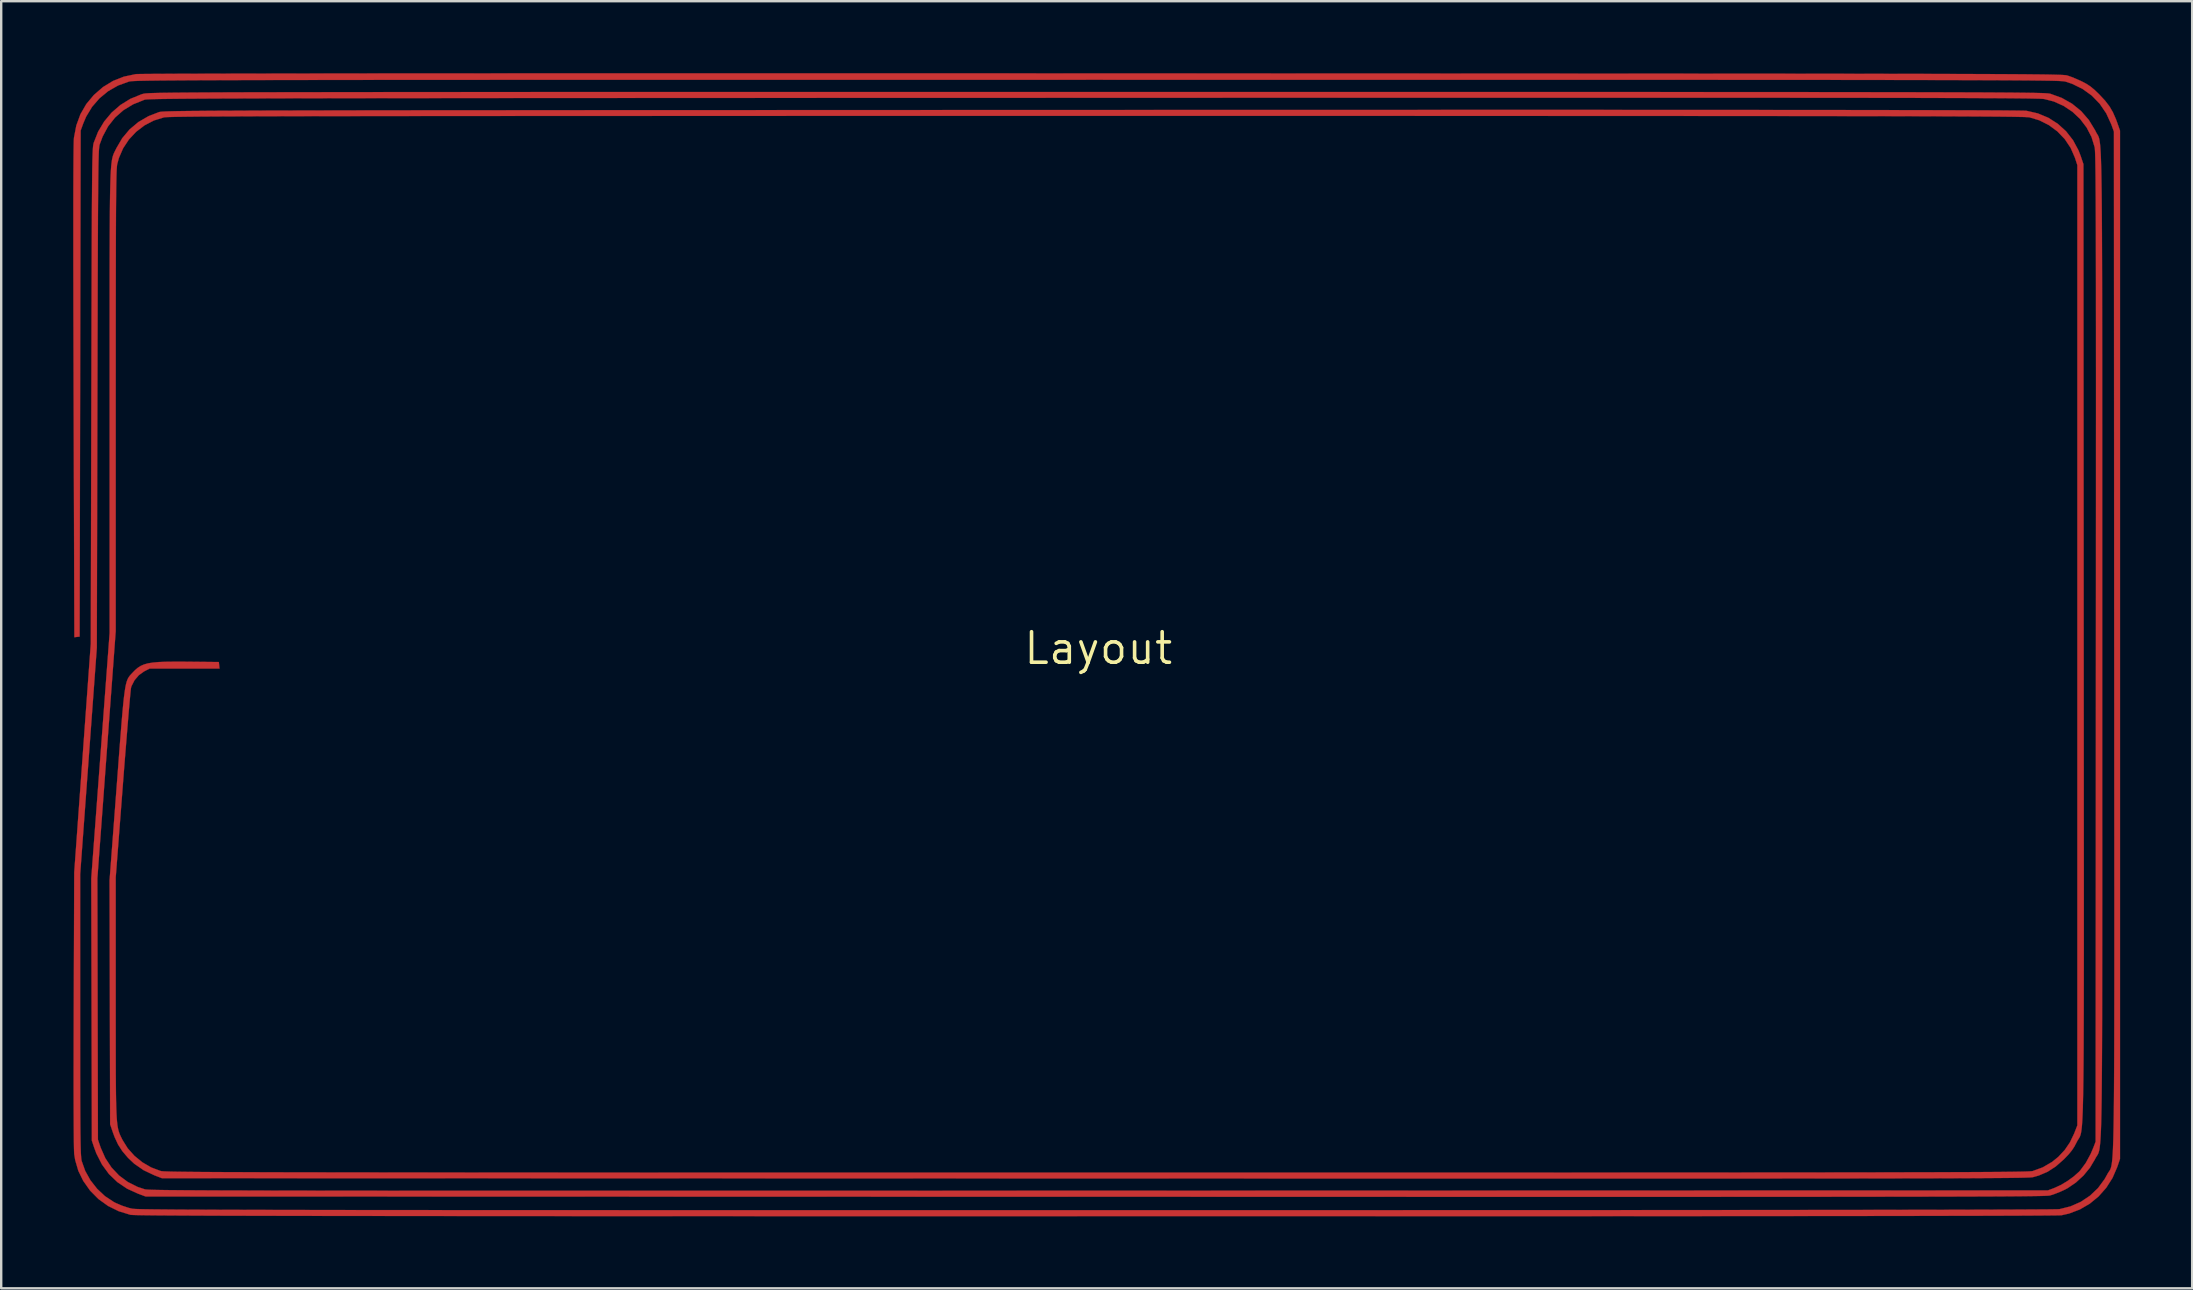
<source format=kicad_pcb>
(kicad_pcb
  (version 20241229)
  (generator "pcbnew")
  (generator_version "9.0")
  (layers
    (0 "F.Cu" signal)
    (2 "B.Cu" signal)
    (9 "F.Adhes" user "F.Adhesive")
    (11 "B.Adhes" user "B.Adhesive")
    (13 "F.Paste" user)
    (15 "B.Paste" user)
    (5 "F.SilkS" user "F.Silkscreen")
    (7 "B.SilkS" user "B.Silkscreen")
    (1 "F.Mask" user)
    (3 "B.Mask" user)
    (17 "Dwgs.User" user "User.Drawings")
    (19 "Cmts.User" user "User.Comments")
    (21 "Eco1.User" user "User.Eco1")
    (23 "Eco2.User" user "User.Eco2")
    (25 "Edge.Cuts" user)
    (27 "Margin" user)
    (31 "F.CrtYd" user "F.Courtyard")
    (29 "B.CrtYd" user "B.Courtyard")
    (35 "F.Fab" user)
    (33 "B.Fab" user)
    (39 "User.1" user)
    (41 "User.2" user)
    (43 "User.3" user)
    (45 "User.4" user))
  (footprint "Layout"
    (layer "F.Cu")
    (at 42.707 23.959)
    (property "Reference" "Layout" (at 0 0 0) (layer "F.SilkS") (effects (font (size 1.27 1.27) (thickness 0.15))))
    (attr through_hole)
    (fp_poly (pts (xy -13.17 -23.954) (xy -10.997 -23.954) (xy -8.741 -23.954) (xy -6.4 -23.953) (xy -3.975 -23.953) (xy -1.467 -23.952) (xy 0.169 -23.952) (xy 2.383 -23.951) (xy 4.513 -23.95) (xy 6.562 -23.95) (xy 8.532 -23.949) (xy 10.422 -23.948) (xy 12.237 -23.948) (xy 13.976 -23.947) (xy 15.641 -23.946) (xy 17.235 -23.946) (xy 18.758 -23.945) (xy 20.213 -23.944) (xy 21.6 -23.944) (xy 22.922 -23.943) (xy 24.181 -23.942) (xy 25.376 -23.941) (xy 26.511 -23.94) (xy 27.587 -23.94) (xy 28.606 -23.939) (xy 29.568 -23.938) (xy 30.476 -23.937) (xy 31.331 -23.936) (xy 32.135 -23.935) (xy 32.89 -23.933) (xy 33.597 -23.932) (xy 34.257 -23.931) (xy 34.872 -23.93) (xy 35.444 -23.928) (xy 35.975 -23.927) (xy 36.466 -23.925) (xy 36.918 -23.923) (xy 37.333 -23.922) (xy 37.714 -23.92) (xy 38.06 -23.918) (xy 38.375 -23.916) (xy 38.659 -23.914) (xy 38.915 -23.911) (xy 39.143 -23.909) (xy 39.345 -23.907) (xy 39.524 -23.904) (xy 39.68 -23.901) (xy 39.815 -23.898) (xy 39.931 -23.895) (xy 40.029 -23.892) (xy 40.111 -23.889) (xy 40.179 -23.886) (xy 40.234 -23.882) (xy 40.278 -23.879) (xy 40.312 -23.875) (xy 40.338 -23.871) (xy 40.357 -23.867) (xy 40.365 -23.865) (xy 40.523 -23.811) (xy 40.721 -23.731) (xy 40.922 -23.642) (xy 40.979 -23.615) (xy 41.167 -23.516) (xy 41.329 -23.41) (xy 41.489 -23.279) (xy 41.674 -23.103) (xy 41.701 -23.076) (xy 41.94 -22.82) (xy 42.124 -22.582) (xy 42.27 -22.332) (xy 42.396 -22.045) (xy 42.447 -21.907) (xy 42.566 -21.569) (xy 42.566 21.273) (xy 42.451 21.611) (xy 42.254 22.065) (xy 41.992 22.476) (xy 41.673 22.836) (xy 41.303 23.14) (xy 40.892 23.379) (xy 40.447 23.548) (xy 40.129 23.62) (xy 40.077 23.622) (xy 39.956 23.625) (xy 39.764 23.627) (xy 39.503 23.63) (xy 39.17 23.632) (xy 38.765 23.635) (xy 38.289 23.637) (xy 37.74 23.639) (xy 37.119 23.641) (xy 36.424 23.643) (xy 35.655 23.644) (xy 34.812 23.646) (xy 33.894 23.648) (xy 32.901 23.649) (xy 31.832 23.651) (xy 30.687 23.652) (xy 29.465 23.653) (xy 28.166 23.654) (xy 26.79 23.655) (xy 25.335 23.656) (xy 23.802 23.657) (xy 22.189 23.658) (xy 20.497 23.659) (xy 18.725 23.659) (xy 16.872 23.66) (xy 14.939 23.66) (xy 12.924 23.66) (xy 10.827 23.661) (xy 8.647 23.661) (xy 6.385 23.661) (xy 4.039 23.661) (xy 1.61 23.661) (xy -0.106 23.661) (xy -2.371 23.66) (xy -4.552 23.66) (xy -6.652 23.66) (xy -8.672 23.66) (xy -10.613 23.659) (xy -12.476 23.659) (xy -14.264 23.659) (xy -15.977 23.658) (xy -17.617 23.658) (xy -19.185 23.657) (xy -20.684 23.657) (xy -22.113 23.656) (xy -23.476 23.655) (xy -24.772 23.655) (xy -26.005 23.654) (xy -27.175 23.653) (xy -28.283 23.652) (xy -29.331 23.651) (xy -30.321 23.65) (xy -31.254 23.649) (xy -32.131 23.648) (xy -32.954 23.647) (xy -33.725 23.646) (xy -34.444 23.644) (xy -35.114 23.643) (xy -35.735 23.641) (xy -36.31 23.64) (xy -36.839 23.638) (xy -37.324 23.636) (xy -37.767 23.634) (xy -38.169 23.632) (xy -38.531 23.63) (xy -38.856 23.628) (xy -39.143 23.626) (xy -39.396 23.624) (xy -39.615 23.621) (xy -39.801 23.619) (xy -39.957 23.616) (xy -40.083 23.613) (xy -40.181 23.61) (xy -40.253 23.607) (xy -40.3 23.604) (xy -40.322 23.602) (xy -40.808 23.453) (xy -41.255 23.233) (xy -41.655 22.945) (xy -42.002 22.595) (xy -42.289 22.189) (xy -42.494 21.769) (xy -42.624 21.326) (xy -42.665 21.077) (xy -42.67 20.991) (xy -42.675 20.824) (xy -42.679 20.581) (xy -42.682 20.264) (xy -42.685 19.879) (xy -42.687 19.429) (xy -42.689 18.917) (xy -42.69 18.349) (xy -42.69 17.727) (xy -42.689 17.056) (xy -42.688 16.34) (xy -42.686 15.582) (xy -42.685 15.048) (xy -42.665 9.335) (xy -41.975 -0.191) (xy -41.952 -10.499) (xy -41.949 -11.603) (xy -41.947 -12.627) (xy -41.945 -13.572) (xy -41.942 -14.442) (xy -41.94 -15.24) (xy -41.938 -15.969) (xy -41.936 -16.633) (xy -41.934 -17.235) (xy -41.931 -17.778) (xy -41.929 -18.265) (xy -41.926 -18.699) (xy -41.923 -19.084) (xy -41.92 -19.422) (xy -41.917 -19.718) (xy -41.914 -19.973) (xy -41.91 -20.192) (xy -41.906 -20.378) (xy -41.901 -20.533) (xy -41.896 -20.662) (xy -41.891 -20.766) (xy -41.885 -20.85) (xy -41.879 -20.916) (xy -41.872 -20.969) (xy -41.865 -21.01) (xy -41.857 -21.043) (xy -41.852 -21.061) (xy -41.67 -21.522) (xy -41.419 -21.943) (xy -41.107 -22.317) (xy -40.74 -22.635) (xy -40.326 -22.891) (xy -39.874 -23.076) (xy -39.793 -23.1) (xy -39.776 -23.104) (xy -39.755 -23.108) (xy -39.728 -23.112) (xy -39.694 -23.116) (xy -39.652 -23.12) (xy -39.598 -23.123) (xy -39.533 -23.127) (xy -39.454 -23.13) (xy -39.36 -23.133) (xy -39.249 -23.136) (xy -39.119 -23.139) (xy -38.97 -23.142) (xy -38.798 -23.144) (xy -38.603 -23.147) (xy -38.384 -23.149) (xy -38.137 -23.151) (xy -37.863 -23.153) (xy -37.559 -23.155) (xy -37.223 -23.157) (xy -36.855 -23.159) (xy -36.452 -23.161) (xy -36.012 -23.162) (xy -35.535 -23.164) (xy -35.019 -23.165) (xy -34.461 -23.166) (xy -33.861 -23.167) (xy -33.216 -23.168) (xy -32.526 -23.169) (xy -31.788 -23.17) (xy -31.001 -23.171) (xy -30.163 -23.172) (xy -29.273 -23.173) (xy -28.33 -23.173) (xy -27.33 -23.174) (xy -26.274 -23.175) (xy -25.158 -23.175) (xy -23.983 -23.175) (xy -22.745 -23.176) (xy -21.444 -23.176) (xy -20.077 -23.176) (xy -18.644 -23.177) (xy -17.143 -23.177) (xy -15.571 -23.177) (xy -13.928 -23.177) (xy -12.211 -23.177) (xy -10.42 -23.177) (xy -8.552 -23.177) (xy -6.606 -23.177) (xy -4.581 -23.177) (xy -2.474 -23.177) (xy -0.284 -23.177) (xy -0.064 -23.177) (xy 2.135 -23.177) (xy 4.251 -23.177) (xy 6.286 -23.177) (xy 8.24 -23.177) (xy 10.117 -23.177) (xy 11.917 -23.177) (xy 13.641 -23.177) (xy 15.293 -23.177) (xy 16.872 -23.177) (xy 18.381 -23.177) (xy 19.822 -23.176) (xy 21.196 -23.176) (xy 22.504 -23.176) (xy 23.749 -23.175) (xy 24.931 -23.175) (xy 26.053 -23.174) (xy 27.116 -23.174) (xy 28.122 -23.173) (xy 29.072 -23.173) (xy 29.968 -23.172) (xy 30.811 -23.171) (xy 31.604 -23.17) (xy 32.347 -23.169) (xy 33.042 -23.168) (xy 33.692 -23.167) (xy 34.296 -23.166) (xy 34.859 -23.165) (xy 35.379 -23.163) (xy 35.861 -23.162) (xy 36.304 -23.16) (xy 36.71 -23.159) (xy 37.082 -23.157) (xy 37.421 -23.155) (xy 37.728 -23.153) (xy 38.005 -23.151) (xy 38.254 -23.149) (xy 38.476 -23.146) (xy 38.673 -23.144) (xy 38.846 -23.141) (xy 38.997 -23.139) (xy 39.128 -23.136) (xy 39.24 -23.133) (xy 39.336 -23.13) (xy 39.415 -23.127) (xy 39.481 -23.123) (xy 39.534 -23.12) (xy 39.577 -23.116) (xy 39.61 -23.112) (xy 39.636 -23.108) (xy 39.657 -23.104) (xy 39.666 -23.102) (xy 40.142 -22.929) (xy 40.57 -22.687) (xy 40.947 -22.38) (xy 41.268 -22.01) (xy 41.528 -21.583) (xy 41.557 -21.525) (xy 41.577 -21.485) (xy 41.596 -21.452) (xy 41.615 -21.422) (xy 41.632 -21.394) (xy 41.648 -21.366) (xy 41.664 -21.334) (xy 41.678 -21.298) (xy 41.692 -21.255) (xy 41.704 -21.202) (xy 41.716 -21.138) (xy 41.727 -21.059) (xy 41.738 -20.965) (xy 41.747 -20.852) (xy 41.756 -20.718) (xy 41.764 -20.562) (xy 41.772 -20.38) (xy 41.778 -20.171) (xy 41.785 -19.932) (xy 41.79 -19.662) (xy 41.795 -19.358) (xy 41.8 -19.017) (xy 41.804 -18.638) (xy 41.808 -18.217) (xy 41.811 -17.754) (xy 41.814 -17.246) (xy 41.816 -16.69) (xy 41.818 -16.085) (xy 41.82 -15.427) (xy 41.821 -14.715) (xy 41.822 -13.947) (xy 41.823 -13.12) (xy 41.824 -12.232) (xy 41.824 -11.281) (xy 41.824 -10.265) (xy 41.825 -9.181) (xy 41.825 -8.027) (xy 41.825 -6.801) (xy 41.825 -5.501) (xy 41.825 -4.124) (xy 41.825 -2.668) (xy 41.825 -1.131) (xy 41.825 -0.157) (xy 41.825 1.432) (xy 41.825 2.938) (xy 41.825 4.363) (xy 41.825 5.711) (xy 41.825 6.983) (xy 41.826 8.181) (xy 41.826 9.309) (xy 41.826 10.367) (xy 41.825 11.359) (xy 41.825 12.286) (xy 41.824 13.15) (xy 41.823 13.955) (xy 41.822 14.702) (xy 41.821 15.393) (xy 41.819 16.031) (xy 41.817 16.618) (xy 41.814 17.157) (xy 41.811 17.648) (xy 41.807 18.095) (xy 41.803 18.5) (xy 41.799 18.865) (xy 41.794 19.193) (xy 41.788 19.485) (xy 41.782 19.744) (xy 41.775 19.972) (xy 41.767 20.171) (xy 41.758 20.344) (xy 41.749 20.493) (xy 41.739 20.619) (xy 41.728 20.726) (xy 41.717 20.816) (xy 41.704 20.89) (xy 41.691 20.951) (xy 41.676 21.001) (xy 41.661 21.043) (xy 41.644 21.079) (xy 41.627 21.11) (xy 41.608 21.14) (xy 41.589 21.17) (xy 41.568 21.203) (xy 41.546 21.24) (xy 41.523 21.285) (xy 41.521 21.29) (xy 41.315 21.636) (xy 41.045 21.965) (xy 40.728 22.256) (xy 40.386 22.49) (xy 40.259 22.558) (xy 40.064 22.646) (xy 39.861 22.726) (xy 39.686 22.785) (xy 39.644 22.796) (xy 39.623 22.8) (xy 39.589 22.803) (xy 39.54 22.807) (xy 39.475 22.81) (xy 39.392 22.813) (xy 39.29 22.816) (xy 39.166 22.819) (xy 39.02 22.821) (xy 38.85 22.824) (xy 38.654 22.826) (xy 38.431 22.829) (xy 38.178 22.831) (xy 37.896 22.833) (xy 37.581 22.835) (xy 37.233 22.837) (xy 36.849 22.838) (xy 36.429 22.84) (xy 35.971 22.841) (xy 35.472 22.843) (xy 34.933 22.844) (xy 34.35 22.845) (xy 33.723 22.846) (xy 33.049 22.847) (xy 32.328 22.848) (xy 31.558 22.849) (xy 30.737 22.85) (xy 29.864 22.851) (xy 28.936 22.851) (xy 27.954 22.852) (xy 26.914 22.852) (xy 25.815 22.853) (xy 24.656 22.853) (xy 23.436 22.853) (xy 22.152 22.853) (xy 20.803 22.853) (xy 19.388 22.853) (xy 17.905 22.853) (xy 16.352 22.853) (xy 14.728 22.853) (xy 13.031 22.853) (xy 11.26 22.852) (xy 9.413 22.852) (xy 7.488 22.851) (xy 5.485 22.851) (xy 3.401 22.85) (xy 1.235 22.85) (xy -0.15 22.85) (xy -39.688 22.839) (xy -39.998 22.725) (xy -40.461 22.514) (xy -40.868 22.239) (xy -41.218 21.903) (xy -41.509 21.505) (xy -41.742 21.048) (xy -41.832 20.807) (xy -41.931 20.511) (xy -41.943 15.046) (xy -41.955 9.582) (xy -41.573 4.471) (xy -41.19 -0.64) (xy -41.19 -10.244) (xy -41.19 -11.329) (xy -41.19 -12.333) (xy -41.191 -13.259) (xy -41.19 -14.11) (xy -41.19 -14.89) (xy -41.19 -15.602) (xy -41.189 -16.249) (xy -41.187 -16.835) (xy -41.185 -17.363) (xy -41.182 -17.836) (xy -41.179 -18.258) (xy -41.175 -18.632) (xy -41.17 -18.961) (xy -41.163 -19.249) (xy -41.156 -19.499) (xy -41.148 -19.714) (xy -41.138 -19.898) (xy -41.127 -20.054) (xy -41.114 -20.185) (xy -41.1 -20.295) (xy -41.085 -20.387) (xy -41.067 -20.464) (xy -41.048 -20.53) (xy -41.027 -20.588) (xy -41.004 -20.641) (xy -40.979 -20.693) (xy -40.952 -20.747) (xy -40.922 -20.806) (xy -40.913 -20.827) (xy -40.666 -21.25) (xy -40.358 -21.617) (xy -39.991 -21.925) (xy -39.569 -22.17) (xy -39.135 -22.338) (xy -39.118 -22.342) (xy -39.098 -22.346) (xy -39.071 -22.35) (xy -39.037 -22.354) (xy -38.994 -22.358) (xy -38.939 -22.361) (xy -38.872 -22.365) (xy -38.791 -22.368) (xy -38.694 -22.371) (xy -38.58 -22.374) (xy -38.446 -22.377) (xy -38.292 -22.38) (xy -38.115 -22.382) (xy -37.915 -22.385) (xy -37.689 -22.387) (xy -37.436 -22.389) (xy -37.154 -22.392) (xy -36.842 -22.394) (xy -36.497 -22.396) (xy -36.119 -22.397) (xy -35.706 -22.399) (xy -35.255 -22.401) (xy -34.766 -22.403) (xy -34.237 -22.404) (xy -33.666 -22.405) (xy -33.052 -22.407) (xy -32.392 -22.408) (xy -31.686 -22.409) (xy -30.932 -22.411) (xy -30.127 -22.412) (xy -29.271 -22.413) (xy -28.362 -22.414) (xy -27.398 -22.415) (xy -26.377 -22.416) (xy -25.299 -22.416) (xy -24.16 -22.417) (xy -22.961 -22.418) (xy -21.698 -22.419) (xy -20.371 -22.42) (xy -18.978 -22.42) (xy -17.516 -22.421) (xy -15.986 -22.422) (xy -14.384 -22.422) (xy -12.709 -22.423) (xy -10.961 -22.424) (xy -9.136 -22.424) (xy -7.233 -22.425) (xy -5.252 -22.426) (xy -3.189 -22.426) (xy -1.044 -22.427) (xy -0.275 -22.427) (xy 2.06 -22.428) (xy 4.312 -22.429) (xy 6.481 -22.429) (xy 8.568 -22.43) (xy 10.576 -22.43) (xy 12.503 -22.43) (xy 14.353 -22.431) (xy 16.125 -22.431) (xy 17.821 -22.431) (xy 19.442 -22.431) (xy 20.989 -22.431) (xy 22.462 -22.43) (xy 23.864 -22.43) (xy 25.195 -22.429) (xy 26.456 -22.429) (xy 27.648 -22.428) (xy 28.773 -22.427) (xy 29.83 -22.427) (xy 30.822 -22.426) (xy 31.75 -22.424) (xy 32.614 -22.423) (xy 33.416 -22.422) (xy 34.156 -22.421) (xy 34.836 -22.419) (xy 35.456 -22.417) (xy 36.018 -22.416) (xy 36.524 -22.414) (xy 36.973 -22.412) (xy 37.367 -22.41) (xy 37.707 -22.408) (xy 37.994 -22.405) (xy 38.229 -22.403) (xy 38.413 -22.4) (xy 38.548 -22.398) (xy 38.633 -22.395) (xy 38.669 -22.393) (xy 39.142 -22.285) (xy 39.579 -22.103) (xy 39.973 -21.852) (xy 40.319 -21.539) (xy 40.609 -21.168) (xy 40.837 -20.744) (xy 40.926 -20.514) (xy 41.042 -20.172) (xy 41.053 -0.284) (xy 41.054 1.281) (xy 41.055 2.764) (xy 41.056 4.167) (xy 41.057 5.492) (xy 41.057 6.742) (xy 41.058 7.918) (xy 41.059 9.023) (xy 41.059 10.059) (xy 41.059 11.029) (xy 41.059 11.935) (xy 41.059 12.779) (xy 41.058 13.563) (xy 41.057 14.289) (xy 41.056 14.961) (xy 41.054 15.58) (xy 41.052 16.148) (xy 41.05 16.667) (xy 41.047 17.141) (xy 41.043 17.571) (xy 41.039 17.96) (xy 41.034 18.309) (xy 41.029 18.621) (xy 41.023 18.899) (xy 41.017 19.144) (xy 41.009 19.359) (xy 41.001 19.547) (xy 40.992 19.708) (xy 40.983 19.847) (xy 40.972 19.964) (xy 40.961 20.062) (xy 40.949 20.144) (xy 40.936 20.212) (xy 40.922 20.268) (xy 40.906 20.314) (xy 40.89 20.353) (xy 40.873 20.387) (xy 40.855 20.417) (xy 40.835 20.448) (xy 40.815 20.479) (xy 40.793 20.515) (xy 40.77 20.557) (xy 40.762 20.574) (xy 40.663 20.762) (xy 40.557 20.922) (xy 40.427 21.081) (xy 40.252 21.264) (xy 40.221 21.295) (xy 39.887 21.589) (xy 39.547 21.809) (xy 39.184 21.964) (xy 38.94 22.033) (xy 38.918 22.037) (xy 38.884 22.04) (xy 38.838 22.044) (xy 38.776 22.047) (xy 38.697 22.05) (xy 38.601 22.053) (xy 38.484 22.056) (xy 38.346 22.059) (xy 38.186 22.061) (xy 38 22.064) (xy 37.789 22.066) (xy 37.55 22.068) (xy 37.281 22.07) (xy 36.982 22.072) (xy 36.65 22.074) (xy 36.284 22.076) (xy 35.882 22.078) (xy 35.443 22.079) (xy 34.966 22.081) (xy 34.447 22.082) (xy 33.887 22.083) (xy 33.283 22.084) (xy 32.634 22.085) (xy 31.938 22.086) (xy 31.193 22.087) (xy 30.399 22.088) (xy 29.553 22.089) (xy 28.654 22.089) (xy 27.7 22.09) (xy 26.689 22.09) (xy 25.621 22.091) (xy 24.493 22.091) (xy 23.304 22.091) (xy 22.052 22.091) (xy 20.736 22.091) (xy 19.354 22.091) (xy 17.905 22.091) (xy 16.386 22.091) (xy 14.797 22.091) (xy 13.136 22.091) (xy 11.4 22.09) (xy 9.589 22.09) (xy 7.702 22.09) (xy 5.735 22.089) (xy 3.688 22.089) (xy 1.56 22.088) (xy -0.176 22.088) (xy -39.01 22.077) (xy -39.327 21.955) (xy -39.774 21.743) (xy -40.163 21.474) (xy -40.425 21.227) (xy -40.658 20.952) (xy -40.838 20.674) (xy -40.984 20.36) (xy -41.053 20.172) (xy -41.169 19.833) (xy -41.181 14.753) (xy -41.193 9.673) (xy -40.89 5.673) (xy -40.837 4.977) (xy -40.791 4.36) (xy -40.749 3.817) (xy -40.711 3.343) (xy -40.678 2.933) (xy -40.647 2.581) (xy -40.619 2.283) (xy -40.592 2.032) (xy -40.565 1.825) (xy -40.539 1.655) (xy -40.512 1.517) (xy -40.484 1.407) (xy -40.454 1.319) (xy -40.421 1.248) (xy -40.384 1.188) (xy -40.344 1.135) (xy -40.298 1.084) (xy -40.246 1.028) (xy -40.245 1.027) (xy -40.131 0.91) (xy -40.018 0.813) (xy -39.897 0.735) (xy -39.759 0.674) (xy -39.595 0.628) (xy -39.395 0.595) (xy -39.151 0.573) (xy -38.852 0.561) (xy -38.49 0.557) (xy -38.056 0.558) (xy -37.91 0.559) (xy -36.639 0.572) (xy -36.626 0.709) (xy -36.613 0.847) (xy -39.53 0.847) (xy -39.757 0.965) (xy -39.973 1.12) (xy -40.154 1.333) (xy -40.277 1.575) (xy -40.298 1.644) (xy -40.307 1.709) (xy -40.322 1.851) (xy -40.342 2.065) (xy -40.367 2.346) (xy -40.397 2.685) (xy -40.43 3.079) (xy -40.466 3.519) (xy -40.505 4) (xy -40.547 4.516) (xy -40.59 5.06) (xy -40.634 5.627) (xy -40.637 5.675) (xy -40.936 9.551) (xy -40.936 14.565) (xy -40.936 15.346) (xy -40.935 16.048) (xy -40.935 16.674) (xy -40.934 17.23) (xy -40.933 17.721) (xy -40.93 18.15) (xy -40.926 18.524) (xy -40.921 18.847) (xy -40.914 19.123) (xy -40.905 19.357) (xy -40.895 19.554) (xy -40.881 19.72) (xy -40.866 19.858) (xy -40.847 19.973) (xy -40.826 20.071) (xy -40.801 20.155) (xy -40.773 20.232) (xy -40.741 20.305) (xy -40.705 20.379) (xy -40.665 20.459) (xy -40.653 20.484) (xy -40.438 20.829) (xy -40.157 21.144) (xy -39.825 21.415) (xy -39.457 21.629) (xy -39.07 21.774) (xy -39.05 21.779) (xy -39.03 21.783) (xy -38.998 21.786) (xy -38.951 21.79) (xy -38.889 21.793) (xy -38.809 21.796) (xy -38.711 21.799) (xy -38.592 21.802) (xy -38.451 21.805) (xy -38.287 21.807) (xy -38.097 21.81) (xy -37.881 21.812) (xy -37.636 21.815) (xy -37.361 21.817) (xy -37.055 21.819) (xy -36.715 21.821) (xy -36.341 21.823) (xy -35.931 21.824) (xy -35.482 21.826) (xy -34.995 21.828) (xy -34.466 21.829) (xy -33.894 21.831) (xy -33.278 21.832) (xy -32.617 21.833) (xy -31.908 21.834) (xy -31.15 21.835) (xy -30.341 21.836) (xy -29.48 21.837) (xy -28.566 21.838) (xy -27.596 21.839) (xy -26.569 21.839) (xy -25.484 21.84) (xy -24.338 21.841) (xy -23.131 21.841) (xy -21.861 21.842) (xy -20.525 21.842) (xy -19.123 21.842) (xy -17.654 21.843) (xy -16.114 21.843) (xy -14.503 21.843) (xy -12.82 21.843) (xy -11.062 21.844) (xy -9.228 21.844) (xy -7.316 21.844) (xy -5.326 21.844) (xy -3.254 21.844) (xy -1.101 21.844) (xy -0.064 21.844) (xy 2.128 21.844) (xy 4.236 21.844) (xy 6.263 21.844) (xy 8.21 21.844) (xy 10.079 21.844) (xy 11.871 21.844) (xy 13.587 21.843) (xy 15.231 21.843) (xy 16.802 21.843) (xy 18.303 21.843) (xy 19.735 21.842) (xy 21.1 21.842) (xy 22.4 21.841) (xy 23.636 21.841) (xy 24.809 21.84) (xy 25.921 21.84) (xy 26.974 21.839) (xy 27.97 21.838) (xy 28.909 21.838) (xy 29.794 21.837) (xy 30.627 21.836) (xy 31.407 21.835) (xy 32.139 21.834) (xy 32.822 21.833) (xy 33.459 21.831) (xy 34.051 21.83) (xy 34.599 21.829) (xy 35.106 21.827) (xy 35.573 21.825) (xy 36.001 21.824) (xy 36.392 21.822) (xy 36.748 21.82) (xy 37.071 21.818) (xy 37.361 21.816) (xy 37.62 21.814) (xy 37.851 21.811) (xy 38.054 21.809) (xy 38.231 21.806) (xy 38.384 21.804) (xy 38.515 21.801) (xy 38.625 21.798) (xy 38.715 21.795) (xy 38.787 21.792) (xy 38.843 21.788) (xy 38.884 21.785) (xy 38.913 21.781) (xy 38.926 21.779) (xy 39.348 21.625) (xy 39.739 21.396) (xy 39.997 21.186) (xy 40.264 20.9) (xy 40.479 20.584) (xy 40.657 20.212) (xy 40.677 20.161) (xy 40.788 19.875) (xy 40.788 -20.13) (xy 40.687 -20.44) (xy 40.51 -20.847) (xy 40.264 -21.214) (xy 39.958 -21.534) (xy 39.601 -21.798) (xy 39.203 -21.998) (xy 38.798 -22.119) (xy 38.774 -22.123) (xy 38.735 -22.126) (xy 38.678 -22.129) (xy 38.604 -22.133) (xy 38.509 -22.136) (xy 38.393 -22.138) (xy 38.254 -22.141) (xy 38.09 -22.144) (xy 37.9 -22.146) (xy 37.683 -22.149) (xy 37.435 -22.151) (xy 37.157 -22.153) (xy 36.847 -22.155) (xy 36.502 -22.157) (xy 36.122 -22.159) (xy 35.704 -22.161) (xy 35.248 -22.163) (xy 34.751 -22.164) (xy 34.213 -22.166) (xy 33.63 -22.167) (xy 33.003 -22.169) (xy 32.329 -22.17) (xy 31.607 -22.171) (xy 30.835 -22.172) (xy 30.012 -22.173) (xy 29.136 -22.174) (xy 28.205 -22.175) (xy 27.218 -22.176) (xy 26.174 -22.176) (xy 25.07 -22.177) (xy 23.906 -22.178) (xy 22.679 -22.178) (xy 21.388 -22.179) (xy 20.031 -22.179) (xy 18.608 -22.18) (xy 17.116 -22.18) (xy 15.554 -22.18) (xy 13.919 -22.18) (xy 12.212 -22.181) (xy 10.429 -22.181) (xy 8.57 -22.181) (xy 6.633 -22.181) (xy 4.617 -22.181) (xy 2.519 -22.181) (xy 0.338 -22.181) (xy -0.064 -22.181) (xy -2.259 -22.181) (xy -4.371 -22.181) (xy -6.401 -22.181) (xy -8.352 -22.181) (xy -10.224 -22.181) (xy -12.02 -22.181) (xy -13.74 -22.18) (xy -15.387 -22.18) (xy -16.961 -22.18) (xy -18.465 -22.18) (xy -19.9 -22.179) (xy -21.268 -22.179) (xy -22.57 -22.178) (xy -23.808 -22.178) (xy -24.983 -22.177) (xy -26.097 -22.177) (xy -27.151 -22.176) (xy -28.148 -22.175) (xy -29.088 -22.174) (xy -29.974 -22.173) (xy -30.806 -22.172) (xy -31.587 -22.171) (xy -32.318 -22.17) (xy -33 -22.169) (xy -33.636 -22.168) (xy -34.226 -22.166) (xy -34.772 -22.165) (xy -35.276 -22.163) (xy -35.74 -22.161) (xy -36.164 -22.16) (xy -36.551 -22.158) (xy -36.903 -22.156) (xy -37.219 -22.154) (xy -37.504 -22.152) (xy -37.757 -22.149) (xy -37.98 -22.147) (xy -38.176 -22.144) (xy -38.345 -22.142) (xy -38.489 -22.139) (xy -38.61 -22.136) (xy -38.709 -22.133) (xy -38.788 -22.13) (xy -38.849 -22.127) (xy -38.892 -22.123) (xy -38.92 -22.12) (xy -38.925 -22.119) (xy -39.346 -21.989) (xy -39.736 -21.786) (xy -40.085 -21.519) (xy -40.386 -21.198) (xy -40.628 -20.831) (xy -40.803 -20.428) (xy -40.873 -20.172) (xy -40.88 -20.13) (xy -40.886 -20.071) (xy -40.892 -19.993) (xy -40.898 -19.891) (xy -40.903 -19.763) (xy -40.907 -19.605) (xy -40.911 -19.414) (xy -40.915 -19.188) (xy -40.918 -18.922) (xy -40.921 -18.614) (xy -40.924 -18.26) (xy -40.926 -17.857) (xy -40.928 -17.402) (xy -40.93 -16.892) (xy -40.931 -16.323) (xy -40.932 -15.692) (xy -40.933 -14.997) (xy -40.934 -14.233) (xy -40.935 -13.398) (xy -40.935 -12.488) (xy -40.935 -11.5) (xy -40.936 -10.432) (xy -40.936 -10.293) (xy -40.936 -0.711) (xy -41.318 4.438) (xy -41.7 9.587) (xy -41.689 15.028) (xy -41.677 20.468) (xy -41.561 20.807) (xy -41.368 21.243) (xy -41.112 21.63) (xy -40.797 21.964) (xy -40.431 22.236) (xy -40.022 22.441) (xy -39.72 22.54) (xy -39.7 22.543) (xy -39.67 22.547) (xy -39.628 22.55) (xy -39.571 22.554) (xy -39.499 22.557) (xy -39.41 22.56) (xy -39.303 22.563) (xy -39.175 22.566) (xy -39.025 22.568) (xy -38.852 22.571) (xy -38.654 22.573) (xy -38.43 22.575) (xy -38.177 22.577) (xy -37.895 22.58) (xy -37.581 22.581) (xy -37.235 22.583) (xy -36.854 22.585) (xy -36.437 22.587) (xy -35.982 22.588) (xy -35.488 22.589) (xy -34.953 22.591) (xy -34.376 22.592) (xy -33.755 22.593) (xy -33.089 22.594) (xy -32.375 22.595) (xy -31.612 22.596) (xy -30.8 22.596) (xy -29.935 22.597) (xy -29.017 22.598) (xy -28.044 22.598) (xy -27.014 22.599) (xy -25.926 22.599) (xy -24.778 22.599) (xy -23.569 22.599) (xy -22.297 22.599) (xy -20.961 22.599) (xy -19.558 22.599) (xy -18.088 22.599) (xy -16.548 22.599) (xy -14.937 22.599) (xy -13.254 22.599) (xy -11.497 22.598) (xy -9.665 22.598) (xy -7.755 22.598) (xy -5.766 22.597) (xy -3.697 22.597) (xy -1.546 22.596) (xy 0.049 22.596) (xy 39.56 22.585) (xy 39.83 22.484) (xy 40.095 22.362) (xy 40.374 22.196) (xy 40.638 22.005) (xy 40.857 21.809) (xy 40.912 21.749) (xy 41.14 21.44) (xy 41.344 21.064) (xy 41.457 20.797) (xy 41.55 20.553) (xy 41.561 -0.012) (xy 41.562 -1.605) (xy 41.563 -3.115) (xy 41.563 -4.545) (xy 41.564 -5.897) (xy 41.564 -7.173) (xy 41.564 -8.375) (xy 41.565 -9.505) (xy 41.565 -10.566) (xy 41.565 -11.56) (xy 41.564 -12.489) (xy 41.564 -13.354) (xy 41.563 -14.159) (xy 41.563 -14.905) (xy 41.562 -15.595) (xy 41.561 -16.231) (xy 41.56 -16.815) (xy 41.559 -17.348) (xy 41.557 -17.834) (xy 41.555 -18.275) (xy 41.554 -18.672) (xy 41.551 -19.028) (xy 41.549 -19.345) (xy 41.547 -19.625) (xy 41.544 -19.87) (xy 41.541 -20.083) (xy 41.538 -20.265) (xy 41.535 -20.42) (xy 41.531 -20.548) (xy 41.527 -20.652) (xy 41.523 -20.735) (xy 41.519 -20.799) (xy 41.514 -20.845) (xy 41.509 -20.876) (xy 41.509 -20.877) (xy 41.379 -21.302) (xy 41.176 -21.694) (xy 40.908 -22.047) (xy 40.586 -22.351) (xy 40.216 -22.598) (xy 39.809 -22.781) (xy 39.412 -22.883) (xy 39.384 -22.887) (xy 39.341 -22.89) (xy 39.282 -22.893) (xy 39.204 -22.897) (xy 39.106 -22.899) (xy 38.987 -22.902) (xy 38.845 -22.905) (xy 38.678 -22.908) (xy 38.485 -22.91) (xy 38.265 -22.912) (xy 38.015 -22.915) (xy 37.735 -22.917) (xy 37.422 -22.919) (xy 37.075 -22.921) (xy 36.693 -22.922) (xy 36.274 -22.924) (xy 35.817 -22.926) (xy 35.319 -22.927) (xy 34.779 -22.928) (xy 34.197 -22.93) (xy 33.569 -22.931) (xy 32.895 -22.932) (xy 32.174 -22.933) (xy 31.402 -22.934) (xy 30.58 -22.935) (xy 29.705 -22.935) (xy 28.776 -22.936) (xy 27.791 -22.936) (xy 26.749 -22.937) (xy 25.648 -22.937) (xy 24.487 -22.937) (xy 23.264 -22.938) (xy 21.977 -22.938) (xy 20.625 -22.938) (xy 19.206 -22.938) (xy 17.72 -22.938) (xy 16.163 -22.938) (xy 14.535 -22.937) (xy 12.835 -22.937) (xy 11.06 -22.937) (xy 9.208 -22.936) (xy 7.28 -22.936) (xy 5.272 -22.936) (xy 3.183 -22.935) (xy 1.013 -22.934) (xy -0.233 -22.934) (xy -2.433 -22.933) (xy -4.551 -22.933) (xy -6.587 -22.932) (xy -8.543 -22.932) (xy -10.421 -22.931) (xy -12.222 -22.93) (xy -13.948 -22.93) (xy -15.601 -22.929) (xy -17.181 -22.928) (xy -18.692 -22.928) (xy -20.133 -22.927) (xy -21.508 -22.926) (xy -22.817 -22.925) (xy -24.062 -22.925) (xy -25.244 -22.924) (xy -26.366 -22.923) (xy -27.429 -22.922) (xy -28.434 -22.921) (xy -29.384 -22.92) (xy -30.278 -22.919) (xy -31.12 -22.918) (xy -31.911 -22.917) (xy -32.653 -22.915) (xy -33.346 -22.914) (xy -33.993 -22.913) (xy -34.595 -22.911) (xy -35.154 -22.91) (xy -35.671 -22.908) (xy -36.148 -22.907) (xy -36.587 -22.905) (xy -36.989 -22.903) (xy -37.356 -22.901) (xy -37.689 -22.899) (xy -37.99 -22.897) (xy -38.26 -22.895) (xy -38.502 -22.892) (xy -38.717 -22.89) (xy -38.905 -22.887) (xy -39.07 -22.885) (xy -39.212 -22.882) (xy -39.333 -22.879) (xy -39.435 -22.876) (xy -39.52 -22.873) (xy -39.588 -22.87) (xy -39.642 -22.866) (xy -39.682 -22.863) (xy -39.712 -22.859) (xy -39.732 -22.855) (xy -39.737 -22.854) (xy -40.205 -22.666) (xy -40.615 -22.418) (xy -40.965 -22.11) (xy -41.255 -21.743) (xy -41.483 -21.317) (xy -41.607 -20.983) (xy -41.614 -20.954) (xy -41.621 -20.913) (xy -41.627 -20.858) (xy -41.633 -20.785) (xy -41.639 -20.69) (xy -41.644 -20.572) (xy -41.648 -20.427) (xy -41.653 -20.251) (xy -41.657 -20.041) (xy -41.66 -19.795) (xy -41.664 -19.509) (xy -41.667 -19.18) (xy -41.67 -18.805) (xy -41.673 -18.381) (xy -41.676 -17.905) (xy -41.678 -17.373) (xy -41.681 -16.782) (xy -41.683 -16.13) (xy -41.686 -15.413) (xy -41.688 -14.628) (xy -41.69 -13.771) (xy -41.693 -12.841) (xy -41.695 -11.833) (xy -41.698 -10.744) (xy -41.699 -10.393) (xy -41.723 -0.021) (xy -42.07 4.699) (xy -42.417 9.419) (xy -42.418 15.263) (xy -42.418 16.096) (xy -42.417 16.849) (xy -42.417 17.526) (xy -42.416 18.131) (xy -42.415 18.667) (xy -42.413 19.141) (xy -42.411 19.554) (xy -42.409 19.913) (xy -42.406 20.22) (xy -42.402 20.48) (xy -42.398 20.698) (xy -42.393 20.877) (xy -42.388 21.022) (xy -42.381 21.137) (xy -42.374 21.226) (xy -42.366 21.294) (xy -42.358 21.344) (xy -42.354 21.359) (xy -42.208 21.771) (xy -41.99 22.162) (xy -41.711 22.518) (xy -41.383 22.825) (xy -41.017 23.067) (xy -40.936 23.109) (xy -40.668 23.223) (xy -40.394 23.313) (xy -40.245 23.348) (xy -40.219 23.351) (xy -40.179 23.354) (xy -40.123 23.358) (xy -40.05 23.361) (xy -39.957 23.364) (xy -39.844 23.367) (xy -39.709 23.37) (xy -39.55 23.372) (xy -39.366 23.375) (xy -39.155 23.377) (xy -38.916 23.379) (xy -38.647 23.382) (xy -38.346 23.384) (xy -38.012 23.386) (xy -37.644 23.388) (xy -37.239 23.389) (xy -36.797 23.391) (xy -36.316 23.393) (xy -35.794 23.394) (xy -35.229 23.396) (xy -34.621 23.397) (xy -33.967 23.398) (xy -33.266 23.399) (xy -32.516 23.401) (xy -31.717 23.402) (xy -30.865 23.403) (xy -29.961 23.403) (xy -29.002 23.404) (xy -27.986 23.405) (xy -26.912 23.406) (xy -25.779 23.406) (xy -24.585 23.407) (xy -23.329 23.407) (xy -22.008 23.408) (xy -20.622 23.408) (xy -19.169 23.409) (xy -17.646 23.409) (xy -16.054 23.409) (xy -14.389 23.409) (xy -12.651 23.41) (xy -10.838 23.41) (xy -8.949 23.41) (xy -6.982 23.41) (xy -4.934 23.41) (xy -2.806 23.41) (xy -0.595 23.41) (xy -0.07 23.41) (xy 2.421 23.41) (xy 4.827 23.41) (xy 7.15 23.41) (xy 9.39 23.409) (xy 11.547 23.409) (xy 13.621 23.408) (xy 15.613 23.408) (xy 17.523 23.407) (xy 19.353 23.407) (xy 21.101 23.406) (xy 22.77 23.405) (xy 24.358 23.404) (xy 25.867 23.403) (xy 27.297 23.402) (xy 28.649 23.401) (xy 29.922 23.399) (xy 31.118 23.398) (xy 32.236 23.397) (xy 33.278 23.395) (xy 34.243 23.393) (xy 35.133 23.392) (xy 35.947 23.39) (xy 36.685 23.388) (xy 37.35 23.386) (xy 37.94 23.384) (xy 38.456 23.382) (xy 38.899 23.379) (xy 39.269 23.377) (xy 39.567 23.375) (xy 39.792 23.372) (xy 39.947 23.37) (xy 40.03 23.367) (xy 40.044 23.366) (xy 40.505 23.25) (xy 40.931 23.062) (xy 41.315 22.806) (xy 41.649 22.489) (xy 41.923 22.117) (xy 42.028 21.929) (xy 42.051 21.886) (xy 42.073 21.85) (xy 42.093 21.82) (xy 42.113 21.791) (xy 42.131 21.764) (xy 42.149 21.734) (xy 42.165 21.701) (xy 42.18 21.661) (xy 42.195 21.613) (xy 42.208 21.555) (xy 42.221 21.483) (xy 42.233 21.397) (xy 42.244 21.294) (xy 42.254 21.171) (xy 42.263 21.027) (xy 42.272 20.859) (xy 42.279 20.665) (xy 42.287 20.443) (xy 42.293 20.191) (xy 42.299 19.906) (xy 42.304 19.587) (xy 42.309 19.231) (xy 42.313 18.836) (xy 42.316 18.399) (xy 42.319 17.919) (xy 42.322 17.393) (xy 42.324 16.82) (xy 42.326 16.196) (xy 42.327 15.52) (xy 42.328 14.79) (xy 42.329 14.003) (xy 42.329 13.157) (xy 42.329 12.251) (xy 42.329 11.281) (xy 42.329 10.245) (xy 42.328 9.142) (xy 42.328 7.97) (xy 42.327 6.725) (xy 42.326 5.406) (xy 42.325 4.011) (xy 42.325 2.537) (xy 42.324 0.982) (xy 42.323 -0.284) (xy 42.312 -21.526) (xy 42.199 -21.837) (xy 41.991 -22.289) (xy 41.72 -22.687) (xy 41.389 -23.028) (xy 41.004 -23.306) (xy 40.569 -23.518) (xy 40.301 -23.608) (xy 40.284 -23.612) (xy 40.263 -23.616) (xy 40.237 -23.62) (xy 40.203 -23.624) (xy 40.161 -23.628) (xy 40.108 -23.631) (xy 40.043 -23.635) (xy 39.964 -23.638) (xy 39.87 -23.641) (xy 39.76 -23.644) (xy 39.631 -23.647) (xy 39.482 -23.649) (xy 39.312 -23.652) (xy 39.118 -23.654) (xy 38.9 -23.657) (xy 38.655 -23.659) (xy 38.383 -23.661) (xy 38.081 -23.663) (xy 37.747 -23.665) (xy 37.381 -23.667) (xy 36.981 -23.668) (xy 36.544 -23.67) (xy 36.07 -23.671) (xy 35.557 -23.673) (xy 35.003 -23.674) (xy 34.407 -23.675) (xy 33.767 -23.676) (xy 33.081 -23.677) (xy 32.349 -23.678) (xy 31.567 -23.679) (xy 30.735 -23.68) (xy 29.852 -23.681) (xy 28.914 -23.681) (xy 27.922 -23.682) (xy 26.873 -23.682) (xy 25.765 -23.683) (xy 24.598 -23.683) (xy 23.369 -23.684) (xy 22.077 -23.684) (xy 20.721 -23.684) (xy 19.298 -23.685) (xy 17.807 -23.685) (xy 16.247 -23.685) (xy 14.615 -23.685) (xy 12.911 -23.685) (xy 11.133 -23.685) (xy 9.278 -23.685) (xy 7.347 -23.685) (xy 5.336 -23.685) (xy 3.244 -23.685) (xy 1.071 -23.685) (xy -0.042 -23.686) (xy -2.26 -23.685) (xy -4.394 -23.685) (xy -6.447 -23.685) (xy -8.42 -23.685) (xy -10.314 -23.685) (xy -12.132 -23.685) (xy -13.875 -23.685) (xy -15.544 -23.685) (xy -17.141 -23.685) (xy -18.669 -23.685) (xy -20.127 -23.684) (xy -21.518 -23.684) (xy -22.844 -23.684) (xy -24.105 -23.683) (xy -25.305 -23.683) (xy -26.443 -23.682) (xy -27.522 -23.682) (xy -28.544 -23.681) (xy -29.51 -23.681) (xy -30.422 -23.68) (xy -31.28 -23.679) (xy -32.088 -23.678) (xy -32.845 -23.677) (xy -33.555 -23.676) (xy -34.219 -23.675) (xy -34.837 -23.674) (xy -35.412 -23.673) (xy -35.946 -23.671) (xy -36.44 -23.67) (xy -36.895 -23.668) (xy -37.313 -23.667) (xy -37.696 -23.665) (xy -38.046 -23.663) (xy -38.363 -23.661) (xy -38.65 -23.659) (xy -38.908 -23.657) (xy -39.138 -23.655) (xy -39.343 -23.652) (xy -39.524 -23.65) (xy -39.682 -23.647) (xy -39.82 -23.644) (xy -39.938 -23.642) (xy -40.038 -23.639) (xy -40.122 -23.635) (xy -40.192 -23.632) (xy -40.248 -23.629) (xy -40.294 -23.625) (xy -40.329 -23.621) (xy -40.356 -23.618) (xy -40.377 -23.613) (xy -40.386 -23.611) (xy -40.838 -23.447) (xy -41.25 -23.212) (xy -41.613 -22.913) (xy -41.921 -22.558) (xy -42.166 -22.153) (xy -42.284 -21.878) (xy -42.397 -21.569) (xy -42.439 -0.487) (xy -42.549 -0.474) (xy -42.659 -0.461) (xy -42.69 -10.676) (xy -42.693 -11.927) (xy -42.696 -13.093) (xy -42.699 -14.177) (xy -42.7 -15.18) (xy -42.702 -16.102) (xy -42.702 -16.945) (xy -42.702 -17.71) (xy -42.702 -18.398) (xy -42.701 -19.009) (xy -42.699 -19.546) (xy -42.697 -20.008) (xy -42.694 -20.398) (xy -42.691 -20.716) (xy -42.687 -20.963) (xy -42.683 -21.141) (xy -42.677 -21.25) (xy -42.675 -21.275) (xy -42.577 -21.784) (xy -42.406 -22.25) (xy -42.163 -22.672) (xy -41.848 -23.05) (xy -41.847 -23.051) (xy -41.465 -23.383) (xy -41.049 -23.637) (xy -40.595 -23.816) (xy -40.102 -23.92) (xy -40.098 -23.921) (xy -40.034 -23.924) (xy -39.886 -23.926) (xy -39.653 -23.929) (xy -39.336 -23.931) (xy -38.934 -23.933) (xy -38.447 -23.936) (xy -37.876 -23.938) (xy -37.221 -23.939) (xy -36.481 -23.941) (xy -35.656 -23.943) (xy -34.747 -23.944) (xy -33.754 -23.946) (xy -32.676 -23.947) (xy -31.514 -23.948) (xy -30.268 -23.95) (xy -28.937 -23.951) (xy -27.522 -23.951) (xy -26.023 -23.952) (xy -24.439 -23.953) (xy -22.771 -23.953) (xy -21.019 -23.954) (xy -19.183 -23.954) (xy -17.263 -23.954) (xy -15.258 -23.954) (xy -13.17 -23.954)) (stroke (width 0.01) (type solid)) (fill yes) (layer "F.Cu")))
  (gr_rect
    (start -3 -3)
    (end 88.279 50.625)
    (stroke (width 0.1) (type default))
    (fill no)
    (layer "Edge.Cuts")))
</source>
